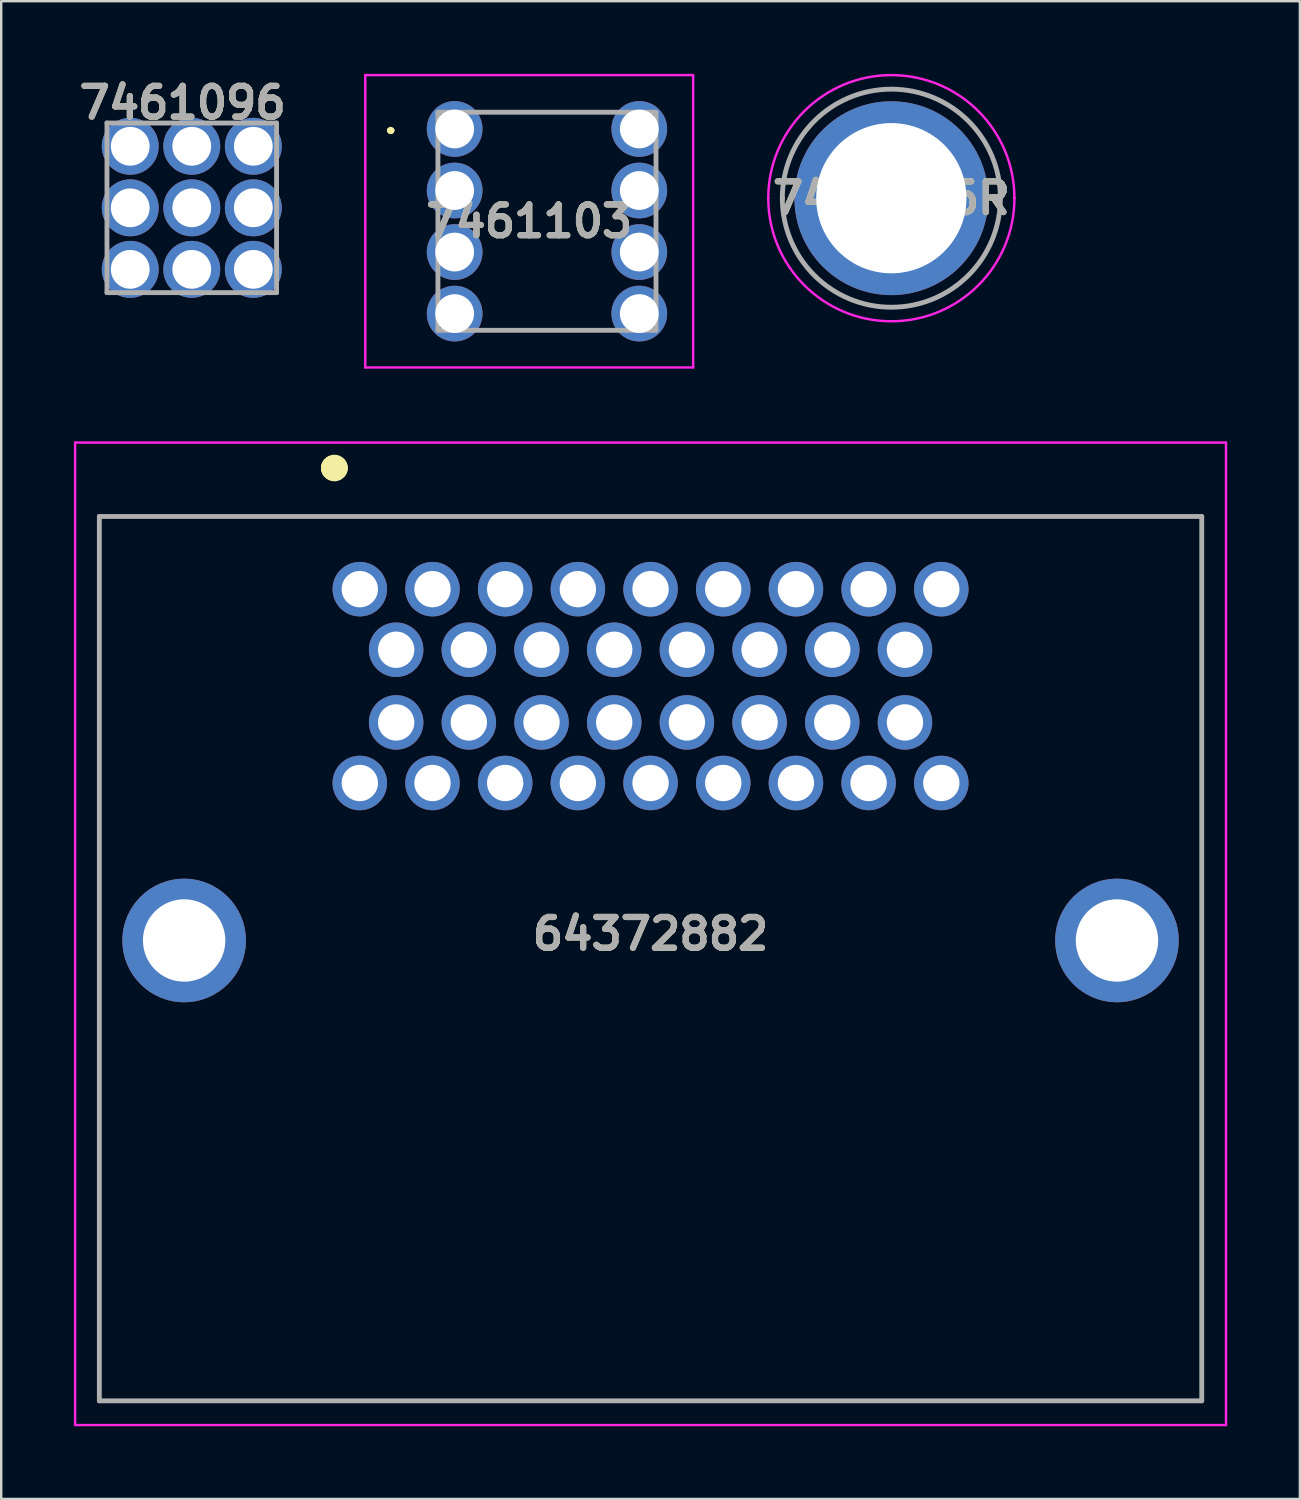
<source format=kicad_pcb>
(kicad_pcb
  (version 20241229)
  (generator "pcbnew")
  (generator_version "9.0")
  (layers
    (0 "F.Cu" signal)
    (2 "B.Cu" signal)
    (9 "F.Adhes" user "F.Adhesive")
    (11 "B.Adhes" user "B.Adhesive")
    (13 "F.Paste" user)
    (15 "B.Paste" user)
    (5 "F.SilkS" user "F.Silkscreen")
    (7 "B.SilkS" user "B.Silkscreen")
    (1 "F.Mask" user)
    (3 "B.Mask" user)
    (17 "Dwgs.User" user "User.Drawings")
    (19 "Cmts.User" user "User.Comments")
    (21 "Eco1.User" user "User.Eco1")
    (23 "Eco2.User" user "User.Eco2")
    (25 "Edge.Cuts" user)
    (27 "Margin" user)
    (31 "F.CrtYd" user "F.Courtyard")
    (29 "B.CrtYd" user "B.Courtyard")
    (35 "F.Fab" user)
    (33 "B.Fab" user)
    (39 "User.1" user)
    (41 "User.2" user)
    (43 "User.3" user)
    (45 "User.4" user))
  (footprint "64372882"
    (layer "F.Cu")
    (at 11.8 21.266)
    (property "Reference" "64372882" (at 12 14.225 0) (layer "F.SilkS") (effects (font (size 1.27 1.27) (thickness 0.254))))
    (attr through_hole)
    (fp_line (start -10.75 -3) (end 34.75 -3) (stroke (width 0.1) (type solid)) (layer "F.SilkS"))
    (fp_line (start -10.75 33.5) (end -10.75 -3) (stroke (width 0.1) (type solid)) (layer "F.SilkS"))
    (fp_line (start -1.1 -5) (end -1.1 -5) (stroke (width 1) (type solid)) (layer "F.SilkS"))
    (fp_line (start -1 -5) (end -1 -5) (stroke (width 1) (type solid)) (layer "F.SilkS"))
    (fp_line (start 34.75 -3) (end 34.75 33.5) (stroke (width 0.1) (type solid)) (layer "F.SilkS"))
    (fp_line (start 34.75 33.5) (end -10.75 33.5) (stroke (width 0.1) (type solid)) (layer "F.SilkS"))
    (fp_arc (start -1.1 -5) (mid -1.05 -5.05) (end -1 -5) (stroke (width 1) (type solid)) (layer "F.SilkS"))
    (fp_arc (start -1 -5) (mid -1.05 -4.95) (end -1.1 -5) (stroke (width 1) (type solid)) (layer "F.SilkS"))
    (fp_line (start -11.75 -6.05) (end 35.75 -6.05) (stroke (width 0.1) (type solid)) (layer "F.CrtYd"))
    (fp_line (start -11.75 34.5) (end -11.75 -6.05) (stroke (width 0.1) (type solid)) (layer "F.CrtYd"))
    (fp_line (start 35.75 -6.05) (end 35.75 34.5) (stroke (width 0.1) (type solid)) (layer "F.CrtYd"))
    (fp_line (start 35.75 34.5) (end -11.75 34.5) (stroke (width 0.1) (type solid)) (layer "F.CrtYd"))
    (fp_line (start -10.75 -3) (end 34.75 -3) (stroke (width 0.2) (type solid)) (layer "F.Fab"))
    (fp_line (start -10.75 33.5) (end -10.75 -3) (stroke (width 0.2) (type solid)) (layer "F.Fab"))
    (fp_line (start 34.75 -3) (end 34.75 33.5) (stroke (width 0.2) (type solid)) (layer "F.Fab"))
    (fp_line (start 34.75 33.5) (end -10.75 33.5) (stroke (width 0.2) (type solid)) (layer "F.Fab"))
    (fp_text user "${REFERENCE}" (at 12 14.225 0) (layer "F.Fab") (effects (font (size 1.27 1.27) (thickness 0.254))))
    (pad "1" thru_hole circle (at 0 0) (size 2.25 2.25) (drill 1.5) (layers "*.Cu" "*.Mask"))
    (pad "2" thru_hole circle (at 3 0) (size 2.25 2.25) (drill 1.5) (layers "*.Cu" "*.Mask"))
    (pad "3" thru_hole circle (at 6 0) (size 2.25 2.25) (drill 1.5) (layers "*.Cu" "*.Mask"))
    (pad "4" thru_hole circle (at 9 0) (size 2.25 2.25) (drill 1.5) (layers "*.Cu" "*.Mask"))
    (pad "5" thru_hole circle (at 12 0) (size 2.25 2.25) (drill 1.5) (layers "*.Cu" "*.Mask"))
    (pad "6" thru_hole circle (at 15 0) (size 2.25 2.25) (drill 1.5) (layers "*.Cu" "*.Mask"))
    (pad "7" thru_hole circle (at 18 0) (size 2.25 2.25) (drill 1.5) (layers "*.Cu" "*.Mask"))
    (pad "8" thru_hole circle (at 21 0) (size 2.25 2.25) (drill 1.5) (layers "*.Cu" "*.Mask"))
    (pad "9" thru_hole circle (at 24 0) (size 2.25 2.25) (drill 1.5) (layers "*.Cu" "*.Mask"))
    (pad "10" thru_hole circle (at 1.5 2.5) (size 2.25 2.25) (drill 1.5) (layers "*.Cu" "*.Mask"))
    (pad "11" thru_hole circle (at 4.5 2.5) (size 2.25 2.25) (drill 1.5) (layers "*.Cu" "*.Mask"))
    (pad "12" thru_hole circle (at 7.5 2.5) (size 2.25 2.25) (drill 1.5) (layers "*.Cu" "*.Mask"))
    (pad "13" thru_hole circle (at 10.5 2.5) (size 2.25 2.25) (drill 1.5) (layers "*.Cu" "*.Mask"))
    (pad "14" thru_hole circle (at 13.5 2.5) (size 2.25 2.25) (drill 1.5) (layers "*.Cu" "*.Mask"))
    (pad "15" thru_hole circle (at 16.5 2.5) (size 2.25 2.25) (drill 1.5) (layers "*.Cu" "*.Mask"))
    (pad "16" thru_hole circle (at 19.5 2.5) (size 2.25 2.25) (drill 1.5) (layers "*.Cu" "*.Mask"))
    (pad "17" thru_hole circle (at 22.5 2.5) (size 2.25 2.25) (drill 1.5) (layers "*.Cu" "*.Mask"))
    (pad "18" thru_hole circle (at 1.5 5.5) (size 2.25 2.25) (drill 1.5) (layers "*.Cu" "*.Mask"))
    (pad "19" thru_hole circle (at 4.5 5.5) (size 2.25 2.25) (drill 1.5) (layers "*.Cu" "*.Mask"))
    (pad "20" thru_hole circle (at 7.5 5.5) (size 2.25 2.25) (drill 1.5) (layers "*.Cu" "*.Mask"))
    (pad "21" thru_hole circle (at 10.5 5.5) (size 2.25 2.25) (drill 1.5) (layers "*.Cu" "*.Mask"))
    (pad "22" thru_hole circle (at 13.5 5.5) (size 2.25 2.25) (drill 1.5) (layers "*.Cu" "*.Mask"))
    (pad "23" thru_hole circle (at 16.5 5.5) (size 2.25 2.25) (drill 1.5) (layers "*.Cu" "*.Mask"))
    (pad "24" thru_hole circle (at 19.5 5.5) (size 2.25 2.25) (drill 1.5) (layers "*.Cu" "*.Mask"))
    (pad "25" thru_hole circle (at 22.5 5.5) (size 2.25 2.25) (drill 1.5) (layers "*.Cu" "*.Mask"))
    (pad "26" thru_hole circle (at 0 8) (size 2.25 2.25) (drill 1.5) (layers "*.Cu" "*.Mask"))
    (pad "27" thru_hole circle (at 3 8) (size 2.25 2.25) (drill 1.5) (layers "*.Cu" "*.Mask"))
    (pad "28" thru_hole circle (at 6 8) (size 2.25 2.25) (drill 1.5) (layers "*.Cu" "*.Mask"))
    (pad "29" thru_hole circle (at 9 8) (size 2.25 2.25) (drill 1.5) (layers "*.Cu" "*.Mask"))
    (pad "30" thru_hole circle (at 12 8) (size 2.25 2.25) (drill 1.5) (layers "*.Cu" "*.Mask"))
    (pad "31" thru_hole circle (at 15 8) (size 2.25 2.25) (drill 1.5) (layers "*.Cu" "*.Mask"))
    (pad "32" thru_hole circle (at 18 8) (size 2.25 2.25) (drill 1.5) (layers "*.Cu" "*.Mask"))
    (pad "33" thru_hole circle (at 21 8) (size 2.25 2.25) (drill 1.5) (layers "*.Cu" "*.Mask"))
    (pad "34" thru_hole circle (at 24 8) (size 2.25 2.25) (drill 1.5) (layers "*.Cu" "*.Mask"))
    (pad "MH1" thru_hole circle (at -7.25 14.5) (size 5.1 5.1) (drill 3.4) (layers "*.Cu" "*.Mask"))
    (pad "MH2" thru_hole circle (at 31.25 14.5) (size 5.1 5.1) (drill 3.4) (layers "*.Cu" "*.Mask")))
  (footprint "7461096"
    (layer "F.Cu")
    (at 4.865 5.527)
    (property "Reference" "7461096" (at -0.378 -4.338 0) (layer "F.SilkS") (effects (font (size 1.27 1.27) (thickness 0.254))))
    (attr through_hole)
    (fp_line (start -3.5 -3.5) (end 3.5 -3.5) (stroke (width 0.2) (type solid)) (layer "F.Fab"))
    (fp_line (start -3.5 3.5) (end -3.5 -3.5) (stroke (width 0.2) (type solid)) (layer "F.Fab"))
    (fp_line (start 3.5 -3.5) (end 3.5 3.5) (stroke (width 0.2) (type solid)) (layer "F.Fab"))
    (fp_line (start 3.5 3.5) (end -3.5 3.5) (stroke (width 0.2) (type solid)) (layer "F.Fab"))
    (fp_text user "${REFERENCE}" (at -0.378 -4.338 0) (layer "F.Fab") (effects (font (size 1.27 1.27) (thickness 0.254))))
    (pad "1" thru_hole circle (at -2.54 2.54) (size 2.35 2.35) (drill 1.6) (layers "*.Cu" "*.Mask"))
    (pad "2" thru_hole circle (at 0 2.54) (size 2.35 2.35) (drill 1.6) (layers "*.Cu" "*.Mask"))
    (pad "3" thru_hole circle (at 2.54 2.54) (size 2.35 2.35) (drill 1.6) (layers "*.Cu" "*.Mask"))
    (pad "4" thru_hole circle (at -2.54 0) (size 2.35 2.35) (drill 1.6) (layers "*.Cu" "*.Mask"))
    (pad "5" thru_hole circle (at 0 0) (size 2.35 2.35) (drill 1.6) (layers "*.Cu" "*.Mask"))
    (pad "6" thru_hole circle (at 2.54 0) (size 2.35 2.35) (drill 1.6) (layers "*.Cu" "*.Mask"))
    (pad "7" thru_hole circle (at -2.54 -2.54) (size 2.35 2.35) (drill 1.6) (layers "*.Cu" "*.Mask"))
    (pad "8" thru_hole circle (at 0 -2.54) (size 2.35 2.35) (drill 1.6) (layers "*.Cu" "*.Mask"))
    (pad "9" thru_hole circle (at 2.54 -2.54) (size 2.35 2.35) (drill 1.6) (layers "*.Cu" "*.Mask")))
  (footprint "7466005R"
    (layer "F.Cu")
    (at 33.738 5.13)
    (property "Reference" "7466005R" (at 0 0 0) (layer "F.SilkS") (effects (font (size 1.27 1.27) (thickness 0.254))))
    (attr through_hole)
    (fp_line (start -4.5 0) (end -4.5 0) (stroke (width 0.1) (type solid)) (layer "F.SilkS"))
    (fp_line (start 4.5 0) (end 4.5 0) (stroke (width 0.1) (type solid)) (layer "F.SilkS"))
    (fp_arc (start -4.5 0) (mid 0 -4.5) (end 4.5 0) (stroke (width 0.1) (type solid)) (layer "F.SilkS"))
    (fp_arc (start 4.5 0) (mid 0 4.5) (end -4.5 0) (stroke (width 0.1) (type solid)) (layer "F.SilkS"))
    (fp_line (start -5.08 0) (end -5.08 0) (stroke (width 0.1) (type solid)) (layer "F.CrtYd"))
    (fp_line (start 5.08 0) (end 5.08 0) (stroke (width 0.1) (type solid)) (layer "F.CrtYd"))
    (fp_arc (start -5.08 0) (mid 0 -5.08) (end 5.08 0) (stroke (width 0.1) (type solid)) (layer "F.CrtYd"))
    (fp_arc (start 5.08 0) (mid 0 5.08) (end -5.08 0) (stroke (width 0.1) (type solid)) (layer "F.CrtYd"))
    (fp_line (start -4.5 0) (end -4.5 0) (stroke (width 0.2) (type solid)) (layer "F.Fab"))
    (fp_line (start 4.5 0) (end 4.5 0) (stroke (width 0.2) (type solid)) (layer "F.Fab"))
    (fp_arc (start -4.5 0) (mid 0 -4.5) (end 4.5 0) (stroke (width 0.2) (type solid)) (layer "F.Fab"))
    (fp_arc (start 4.5 0) (mid 0 4.5) (end -4.5 0) (stroke (width 0.2) (type solid)) (layer "F.Fab"))
    (fp_text user "${REFERENCE}" (at 0 0 0) (layer "F.Fab") (effects (font (size 1.27 1.27) (thickness 0.254))))
    (pad "1" thru_hole circle (at 0 0) (size 8 8) (drill 6.2) (layers "*.Cu" "*.Mask")))
  (footprint "7461103"
    (layer "F.Cu")
    (at 15.715 2.273)
    (property "Reference" "7461103" (at 3.077 3.81 0) (layer "F.SilkS") (effects (font (size 1.27 1.27) (thickness 0.254))))
    (attr through_hole)
    (fp_line (start -2.69 0.06) (end -2.69 0.06) (stroke (width 0.2) (type solid)) (layer "F.SilkS"))
    (fp_line (start -2.69 0.06) (end -2.69 0.06) (stroke (width 0.2) (type solid)) (layer "F.SilkS"))
    (fp_line (start -2.59 0.06) (end -2.59 0.06) (stroke (width 0.2) (type solid)) (layer "F.SilkS"))
    (fp_line (start 1.56 -0.69) (end 1.56 -0.69) (stroke (width 0.1) (type solid)) (layer "F.SilkS"))
    (fp_line (start 1.56 -0.69) (end 5.81 -0.69) (stroke (width 0.1) (type solid)) (layer "F.SilkS"))
    (fp_line (start 1.56 8.31) (end 1.56 8.31) (stroke (width 0.1) (type solid)) (layer "F.SilkS"))
    (fp_line (start 1.56 8.31) (end 5.81 8.31) (stroke (width 0.1) (type solid)) (layer "F.SilkS"))
    (fp_line (start 5.81 -0.69) (end 1.56 -0.69) (stroke (width 0.1) (type solid)) (layer "F.SilkS"))
    (fp_line (start 5.81 -0.69) (end 5.81 -0.69) (stroke (width 0.1) (type solid)) (layer "F.SilkS"))
    (fp_line (start 5.81 8.31) (end 1.56 8.31) (stroke (width 0.1) (type solid)) (layer "F.SilkS"))
    (fp_line (start 5.81 8.31) (end 5.81 8.31) (stroke (width 0.1) (type solid)) (layer "F.SilkS"))
    (fp_arc (start -2.69 0.06) (mid -2.64 0.01) (end -2.59 0.06) (stroke (width 0.2) (type solid)) (layer "F.SilkS"))
    (fp_arc (start -2.59 0.06) (mid -2.64 0.11) (end -2.69 0.06) (stroke (width 0.2) (type solid)) (layer "F.SilkS"))
    (fp_arc (start -2.59 0.06) (mid -2.64 0.11) (end -2.69 0.06) (stroke (width 0.2) (type solid)) (layer "F.SilkS"))
    (fp_line (start -3.69 -2.223) (end 9.843 -2.223) (stroke (width 0.1) (type solid)) (layer "F.CrtYd"))
    (fp_line (start -3.69 9.843) (end -3.69 -2.223) (stroke (width 0.1) (type solid)) (layer "F.CrtYd"))
    (fp_line (start 9.843 -2.223) (end 9.843 9.843) (stroke (width 0.1) (type solid)) (layer "F.CrtYd"))
    (fp_line (start 9.843 9.843) (end -3.69 9.843) (stroke (width 0.1) (type solid)) (layer "F.CrtYd"))
    (fp_line (start -0.69 -0.69) (end -0.69 8.31) (stroke (width 0.2) (type solid)) (layer "F.Fab"))
    (fp_line (start -0.69 8.31) (end 8.31 8.31) (stroke (width 0.2) (type solid)) (layer "F.Fab"))
    (fp_line (start 8.31 -0.69) (end -0.69 -0.69) (stroke (width 0.2) (type solid)) (layer "F.Fab"))
    (fp_line (start 8.31 8.31) (end 8.31 -0.69) (stroke (width 0.2) (type solid)) (layer "F.Fab"))
    (fp_text user "${REFERENCE}" (at 3.077 3.81 0) (layer "F.Fab") (effects (font (size 1.27 1.27) (thickness 0.254))))
    (pad "1" thru_hole circle (at 0 0) (size 2.3 2.3) (drill 1.6) (layers "*.Cu" "*.Mask"))
    (pad "2" thru_hole circle (at 0 2.54) (size 2.3 2.3) (drill 1.6) (layers "*.Cu" "*.Mask"))
    (pad "3" thru_hole circle (at 0 5.08) (size 2.3 2.3) (drill 1.6) (layers "*.Cu" "*.Mask"))
    (pad "4" thru_hole circle (at 0 7.62) (size 2.3 2.3) (drill 1.6) (layers "*.Cu" "*.Mask"))
    (pad "5" thru_hole circle (at 7.62 7.62) (size 2.3 2.3) (drill 1.6) (layers "*.Cu" "*.Mask"))
    (pad "6" thru_hole circle (at 7.62 5.08) (size 2.3 2.3) (drill 1.6) (layers "*.Cu" "*.Mask"))
    (pad "7" thru_hole circle (at 7.62 2.54) (size 2.3 2.3) (drill 1.6) (layers "*.Cu" "*.Mask"))
    (pad "8" thru_hole circle (at 7.62 0) (size 2.3 2.3) (drill 1.6) (layers "*.Cu" "*.Mask")))
  (gr_rect
    (start -3 -3)
    (end 50.6 58.816)
    (stroke (width 0.1) (type default))
    (fill no)
    (layer "Edge.Cuts")))
</source>
